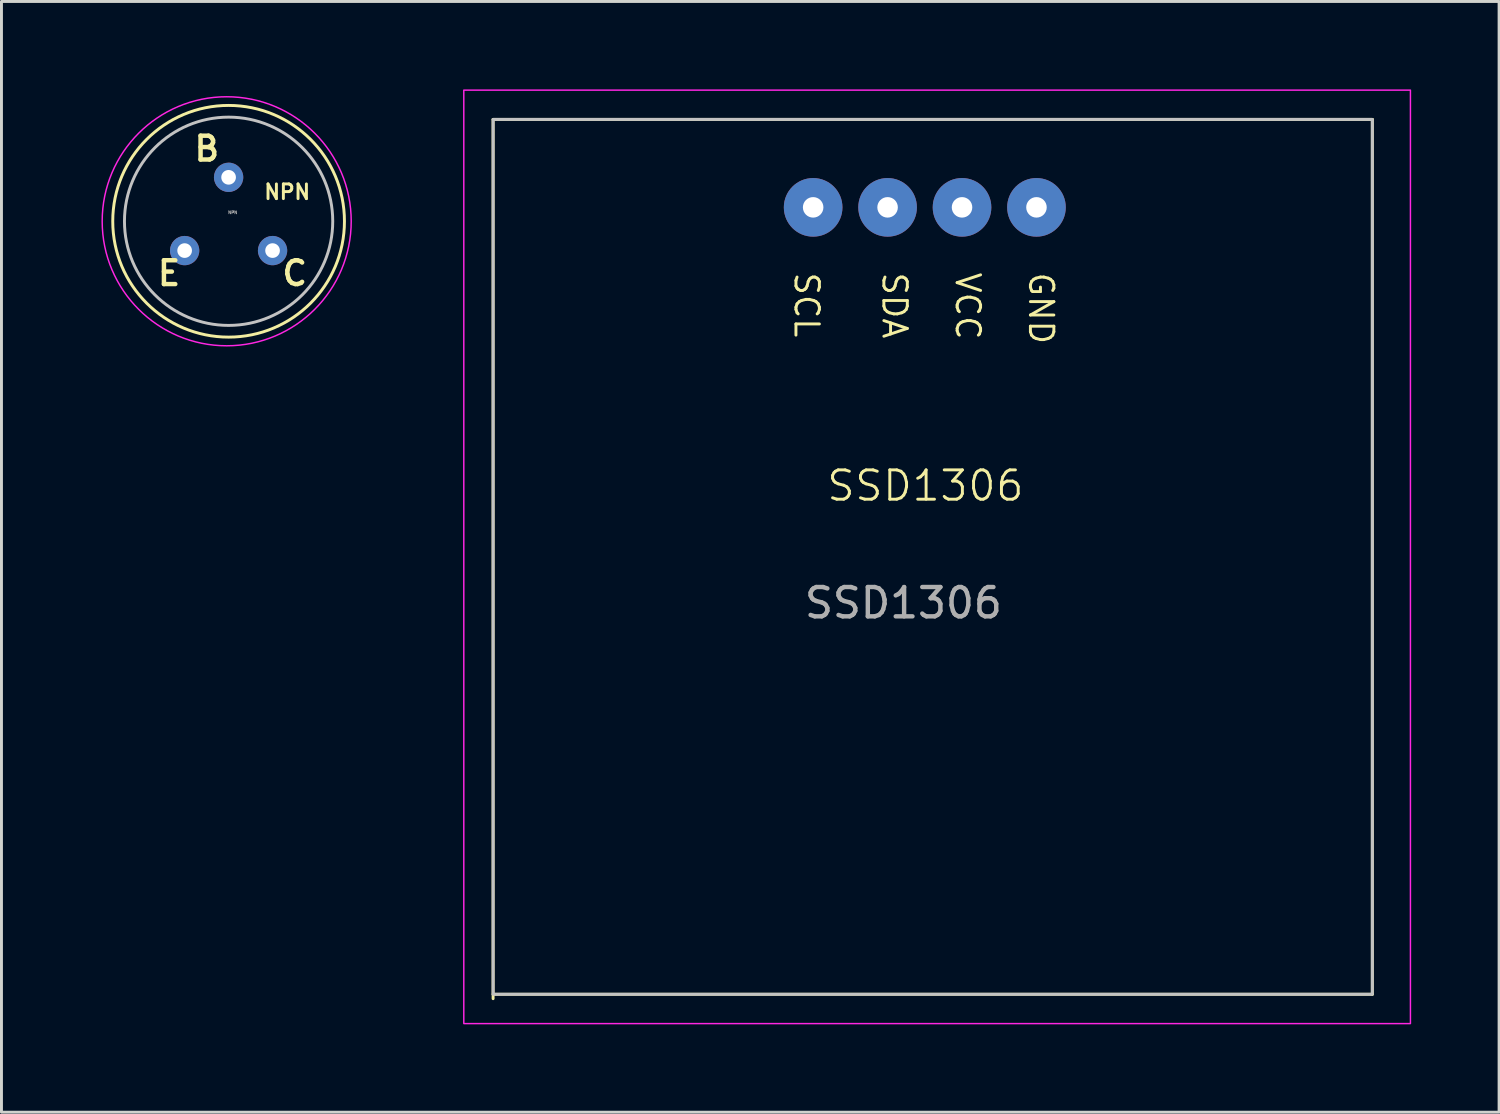
<source format=kicad_pcb>
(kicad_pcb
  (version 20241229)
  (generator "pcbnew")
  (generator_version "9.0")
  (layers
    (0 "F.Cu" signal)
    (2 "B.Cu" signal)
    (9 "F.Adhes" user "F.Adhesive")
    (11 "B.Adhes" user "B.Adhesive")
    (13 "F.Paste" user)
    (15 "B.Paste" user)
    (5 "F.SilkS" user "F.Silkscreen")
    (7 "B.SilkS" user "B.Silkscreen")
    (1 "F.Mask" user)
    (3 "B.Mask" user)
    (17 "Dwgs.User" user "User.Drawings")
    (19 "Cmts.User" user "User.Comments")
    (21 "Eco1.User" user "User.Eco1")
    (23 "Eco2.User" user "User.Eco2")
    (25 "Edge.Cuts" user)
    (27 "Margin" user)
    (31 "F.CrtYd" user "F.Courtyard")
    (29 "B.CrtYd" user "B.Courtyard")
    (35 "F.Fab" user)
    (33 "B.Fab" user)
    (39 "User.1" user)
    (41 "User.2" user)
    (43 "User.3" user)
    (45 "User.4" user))
  (footprint "SSD1306"
    (layer "F.Cu")
    (at 28.525 14.025)
    (property "Reference" "SSD1306" (at 0 -0.5 0) (unlocked yes) (layer "F.SilkS") (effects (font (size 1 1) (thickness 0.1))))
    (attr smd)
    (fp_line (start -14.75 -13) (end 15.25 -13) (stroke (width 0.1) (type solid)) (layer "F.SilkS"))
    (fp_line (start -14.75 17) (end -14.75 -13) (stroke (width 0.1) (type solid)) (layer "F.SilkS"))
    (fp_line (start 15.25 -13) (end 15.25 16.85) (stroke (width 0.1) (type solid)) (layer "F.SilkS"))
    (fp_line (start 15.25 16.85) (end -14.75 16.85) (stroke (width 0.1) (type solid)) (layer "F.SilkS"))
    (fp_rect (start -14.75 -13) (end 15.25 16.85) (stroke (width 0.1) (type default)) (fill no) (layer "Dwgs.User"))
    (fp_rect (start -15.75 -14) (end 16.55 17.85) (stroke (width 0.05) (type default)) (fill no) (layer "F.CrtYd"))
    (fp_text user "VCC\n" (at 0.98 -7.84 270) (unlocked yes) (layer "F.SilkS") (effects (font (size 0.8 0.8) (thickness 0.1)) (justify left bottom)))
    (fp_text user "GND" (at 3.48 -7.84 270) (unlocked yes) (layer "F.SilkS") (effects (font (size 0.8 0.8) (thickness 0.1)) (justify left bottom)))
    (fp_text user "SDA" (at -1.52 -7.84 270) (unlocked yes) (layer "F.SilkS") (effects (font (size 0.8 0.8) (thickness 0.1)) (justify left bottom)))
    (fp_text user "SCL" (at -4.52 -7.84 270) (unlocked yes) (layer "F.SilkS") (effects (font (size 0.8 0.8) (thickness 0.1)) (justify left bottom)))
    (fp_text user "${REFERENCE}" (at -0.75 3.5 0) (unlocked yes) (layer "F.Fab") (effects (font (size 1 1) (thickness 0.15))))
    (pad "1" thru_hole circle (at -3.83 -10) (size 2 2) (drill 0.7) (layers "*.Cu" "*.Mask"))
    (pad "2" thru_hole circle (at -1.29 -10) (size 2 2) (drill 0.7) (layers "*.Cu" "*.Mask"))
    (pad "3" thru_hole circle (at 1.25 -10) (size 2 2) (drill 0.7) (layers "*.Cu" "*.Mask"))
    (pad "4" thru_hole circle (at 3.79 -10) (size 2 2) (drill 0.7) (layers "*.Cu" "*.Mask"))
    (zone (net_name "") (layer "F.SilkS") (hatch edge 0.5) (connect_pads) (min_thickness 0.25) (filled_areas_thickness no) (keepout (tracks allowed) (vias allowed) (pads not_allowed) (copperpour allowed) (footprints not_allowed)) (placement (enabled no)) (fill) (polygon (pts (xy 13.775 1.025) (xy 43.775 1.025) (xy 43.775 30.875) (xy 13.775 30.875)))))
  (footprint "NPN"
    (layer "F.Cu")
    (at 4.75 4.5)
    (property "Reference" "NPN" (at 2 -1 0) (unlocked yes) (layer "F.SilkS") (effects (font (size 0.5 0.5) (thickness 0.1))))
    (attr smd)
    (fp_circle (center 0 0) (end -3.25 -2.25) (stroke (width 0.1) (type default)) (fill no) (layer "F.SilkS"))
    (fp_circle (center 0 0) (end -2.75 -2.25) (stroke (width 0.1) (type default)) (fill no) (layer "Dwgs.User"))
    (fp_circle (center -0.065 0) (end -3.5 -2.5) (stroke (width 0.05) (type default)) (fill no) (layer "F.CrtYd"))
    (fp_text user "C" (at 1.75 2.25 0) (unlocked yes) (layer "F.SilkS") (effects (font (size 0.813 0.813) (thickness 0.152) (bold yes)) (justify left bottom)))
    (fp_text user "B\n" (at -1.25 -2 0) (unlocked yes) (layer "F.SilkS") (effects (font (size 0.813 0.813) (thickness 0.152) (bold yes)) (justify left bottom)))
    (fp_text user "E" (at -2.5 2.25 0) (unlocked yes) (layer "F.SilkS") (effects (font (size 0.813 0.813) (thickness 0.152) (bold yes)) (justify left bottom)))
    (fp_text user "${REFERENCE}" (at 0.14 -0.3 0) (unlocked yes) (layer "F.Fab") (effects (font (size 0.1 0.1) (thickness 0.025))))
    (pad "1" thru_hole circle (at -1.5 1) (size 1 1) (drill 0.5) (layers "*.Cu" "*.Mask"))
    (pad "2" thru_hole circle (at 0 -1.5) (size 1 1) (drill 0.5) (layers "*.Cu" "*.Mask"))
    (pad "3" thru_hole circle (at 1.5 1) (size 1 1) (drill 0.5) (layers "*.Cu" "*.Mask"))
    (zone (net_name "") (layer "Dwgs.User") (hatch edge 0.5) (connect_pads) (min_thickness 0.25) (filled_areas_thickness no) (keepout (tracks allowed) (vias allowed) (pads not_allowed) (copperpour not_allowed) (footprints allowed)) (placement (enabled no)) (fill) (polygon (pts (xy 0 0) (xy 9.75 0) (xy 9.75 9.75) (xy 0 9.5)))))
  (gr_rect
    (start -3 -3)
    (end 48.1 34.9)
    (stroke (width 0.1) (type default))
    (fill no)
    (layer "Edge.Cuts")))
</source>
